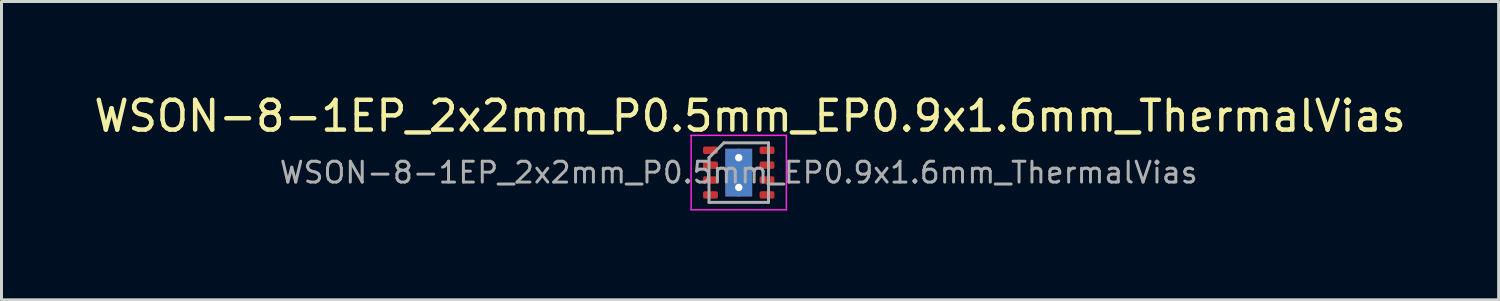
<source format=kicad_pcb>
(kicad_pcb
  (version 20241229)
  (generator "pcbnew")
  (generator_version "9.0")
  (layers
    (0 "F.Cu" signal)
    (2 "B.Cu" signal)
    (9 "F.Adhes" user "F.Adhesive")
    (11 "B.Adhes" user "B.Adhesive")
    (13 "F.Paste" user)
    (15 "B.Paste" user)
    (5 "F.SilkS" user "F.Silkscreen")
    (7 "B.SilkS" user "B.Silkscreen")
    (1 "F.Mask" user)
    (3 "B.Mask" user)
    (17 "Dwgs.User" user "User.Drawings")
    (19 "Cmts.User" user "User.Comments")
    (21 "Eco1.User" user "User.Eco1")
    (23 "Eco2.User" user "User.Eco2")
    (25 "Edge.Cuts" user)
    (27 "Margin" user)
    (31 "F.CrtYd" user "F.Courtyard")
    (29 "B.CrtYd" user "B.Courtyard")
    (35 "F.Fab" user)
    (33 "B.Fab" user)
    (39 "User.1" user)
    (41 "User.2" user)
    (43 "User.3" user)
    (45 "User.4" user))
  (footprint "WSON-8-1EP_2x2mm_P0.5mm_EP0.9x1.6mm_ThermalVias"
    (layer "F.Cu")
    (at 21.769 2.748)
    (property "Reference" "WSON-8-1EP_2x2mm_P0.5mm_EP0.9x1.6mm_ThermalVias" (at 0.38 -1.9 0) (layer "F.SilkS") (effects (font (size 1 1) (thickness 0.15))))
    (attr smd)
    (fp_line (start -1.6 -1.25) (end -1.6 1.25) (stroke (width 0.05) (type solid)) (layer "F.CrtYd"))
    (fp_line (start -1.6 -1.25) (end 1.6 -1.25) (stroke (width 0.05) (type solid)) (layer "F.CrtYd"))
    (fp_line (start -1.6 1.25) (end 1.6 1.25) (stroke (width 0.05) (type solid)) (layer "F.CrtYd"))
    (fp_line (start 1.6 -1.25) (end 1.6 1.25) (stroke (width 0.05) (type solid)) (layer "F.CrtYd"))
    (fp_line (start -1 1) (end -1 -0.5) (stroke (width 0.1) (type solid)) (layer "F.Fab"))
    (fp_line (start -0.5 -1) (end -1 -0.5) (stroke (width 0.1) (type solid)) (layer "F.Fab"))
    (fp_line (start -0.5 -1) (end 1 -1) (stroke (width 0.1) (type solid)) (layer "F.Fab"))
    (fp_line (start 1 -1) (end 1 1) (stroke (width 0.1) (type solid)) (layer "F.Fab"))
    (fp_line (start 1 1) (end -1 1) (stroke (width 0.1) (type solid)) (layer "F.Fab"))
    (fp_text user "${REFERENCE}" (at 0 0 0) (layer "F.Fab") (effects (font (size 0.7 0.7) (thickness 0.1))))
    (pad "" smd rect (at 0 -0.4) (size 0.75 0.65) (layers "F.Paste"))
    (pad "" smd rect (at 0 0.4) (size 0.75 0.65) (layers "F.Paste"))
    (pad "1" smd roundrect (at -0.95 -0.75) (size 0.5 0.25) (layers "F.Cu" "F.Mask" "F.Paste") (roundrect_rratio 0.25))
    (pad "2" smd roundrect (at -0.95 -0.25) (size 0.5 0.25) (layers "F.Cu" "F.Mask" "F.Paste") (roundrect_rratio 0.25))
    (pad "3" smd roundrect (at -0.95 0.25) (size 0.5 0.25) (layers "F.Cu" "F.Mask" "F.Paste") (roundrect_rratio 0.25))
    (pad "4" smd roundrect (at -0.95 0.75) (size 0.5 0.25) (layers "F.Cu" "F.Mask" "F.Paste") (roundrect_rratio 0.25))
    (pad "5" smd roundrect (at 0.95 0.75) (size 0.5 0.25) (layers "F.Cu" "F.Mask" "F.Paste") (roundrect_rratio 0.25))
    (pad "6" smd roundrect (at 0.95 0.25) (size 0.5 0.25) (layers "F.Cu" "F.Mask" "F.Paste") (roundrect_rratio 0.25))
    (pad "7" smd roundrect (at 0.95 -0.25) (size 0.5 0.25) (layers "F.Cu" "F.Mask" "F.Paste") (roundrect_rratio 0.25))
    (pad "8" smd roundrect (at 0.95 -0.75) (size 0.5 0.25) (layers "F.Cu" "F.Mask" "F.Paste") (roundrect_rratio 0.25))
    (pad "9" thru_hole circle (at 0 -0.5) (size 0.6 0.6) (drill 0.25) (property pad_prop_heatsink) (layers "*.Cu"))
    (pad "9" smd rect (at 0 0) (size 0.9 1.6) (layers "F.Cu" "F.Mask"))
    (pad "9" smd rect (at 0 0) (size 0.9 1.6) (layers "B.Cu"))
    (pad "9" thru_hole circle (at 0 0.5) (size 0.6 0.6) (drill 0.25) (property pad_prop_heatsink) (layers "*.Cu")))
  (gr_rect
    (start -3 -3)
    (end 47.298 7.023)
    (stroke (width 0.1) (type default))
    (fill no)
    (layer "Edge.Cuts")))
</source>
